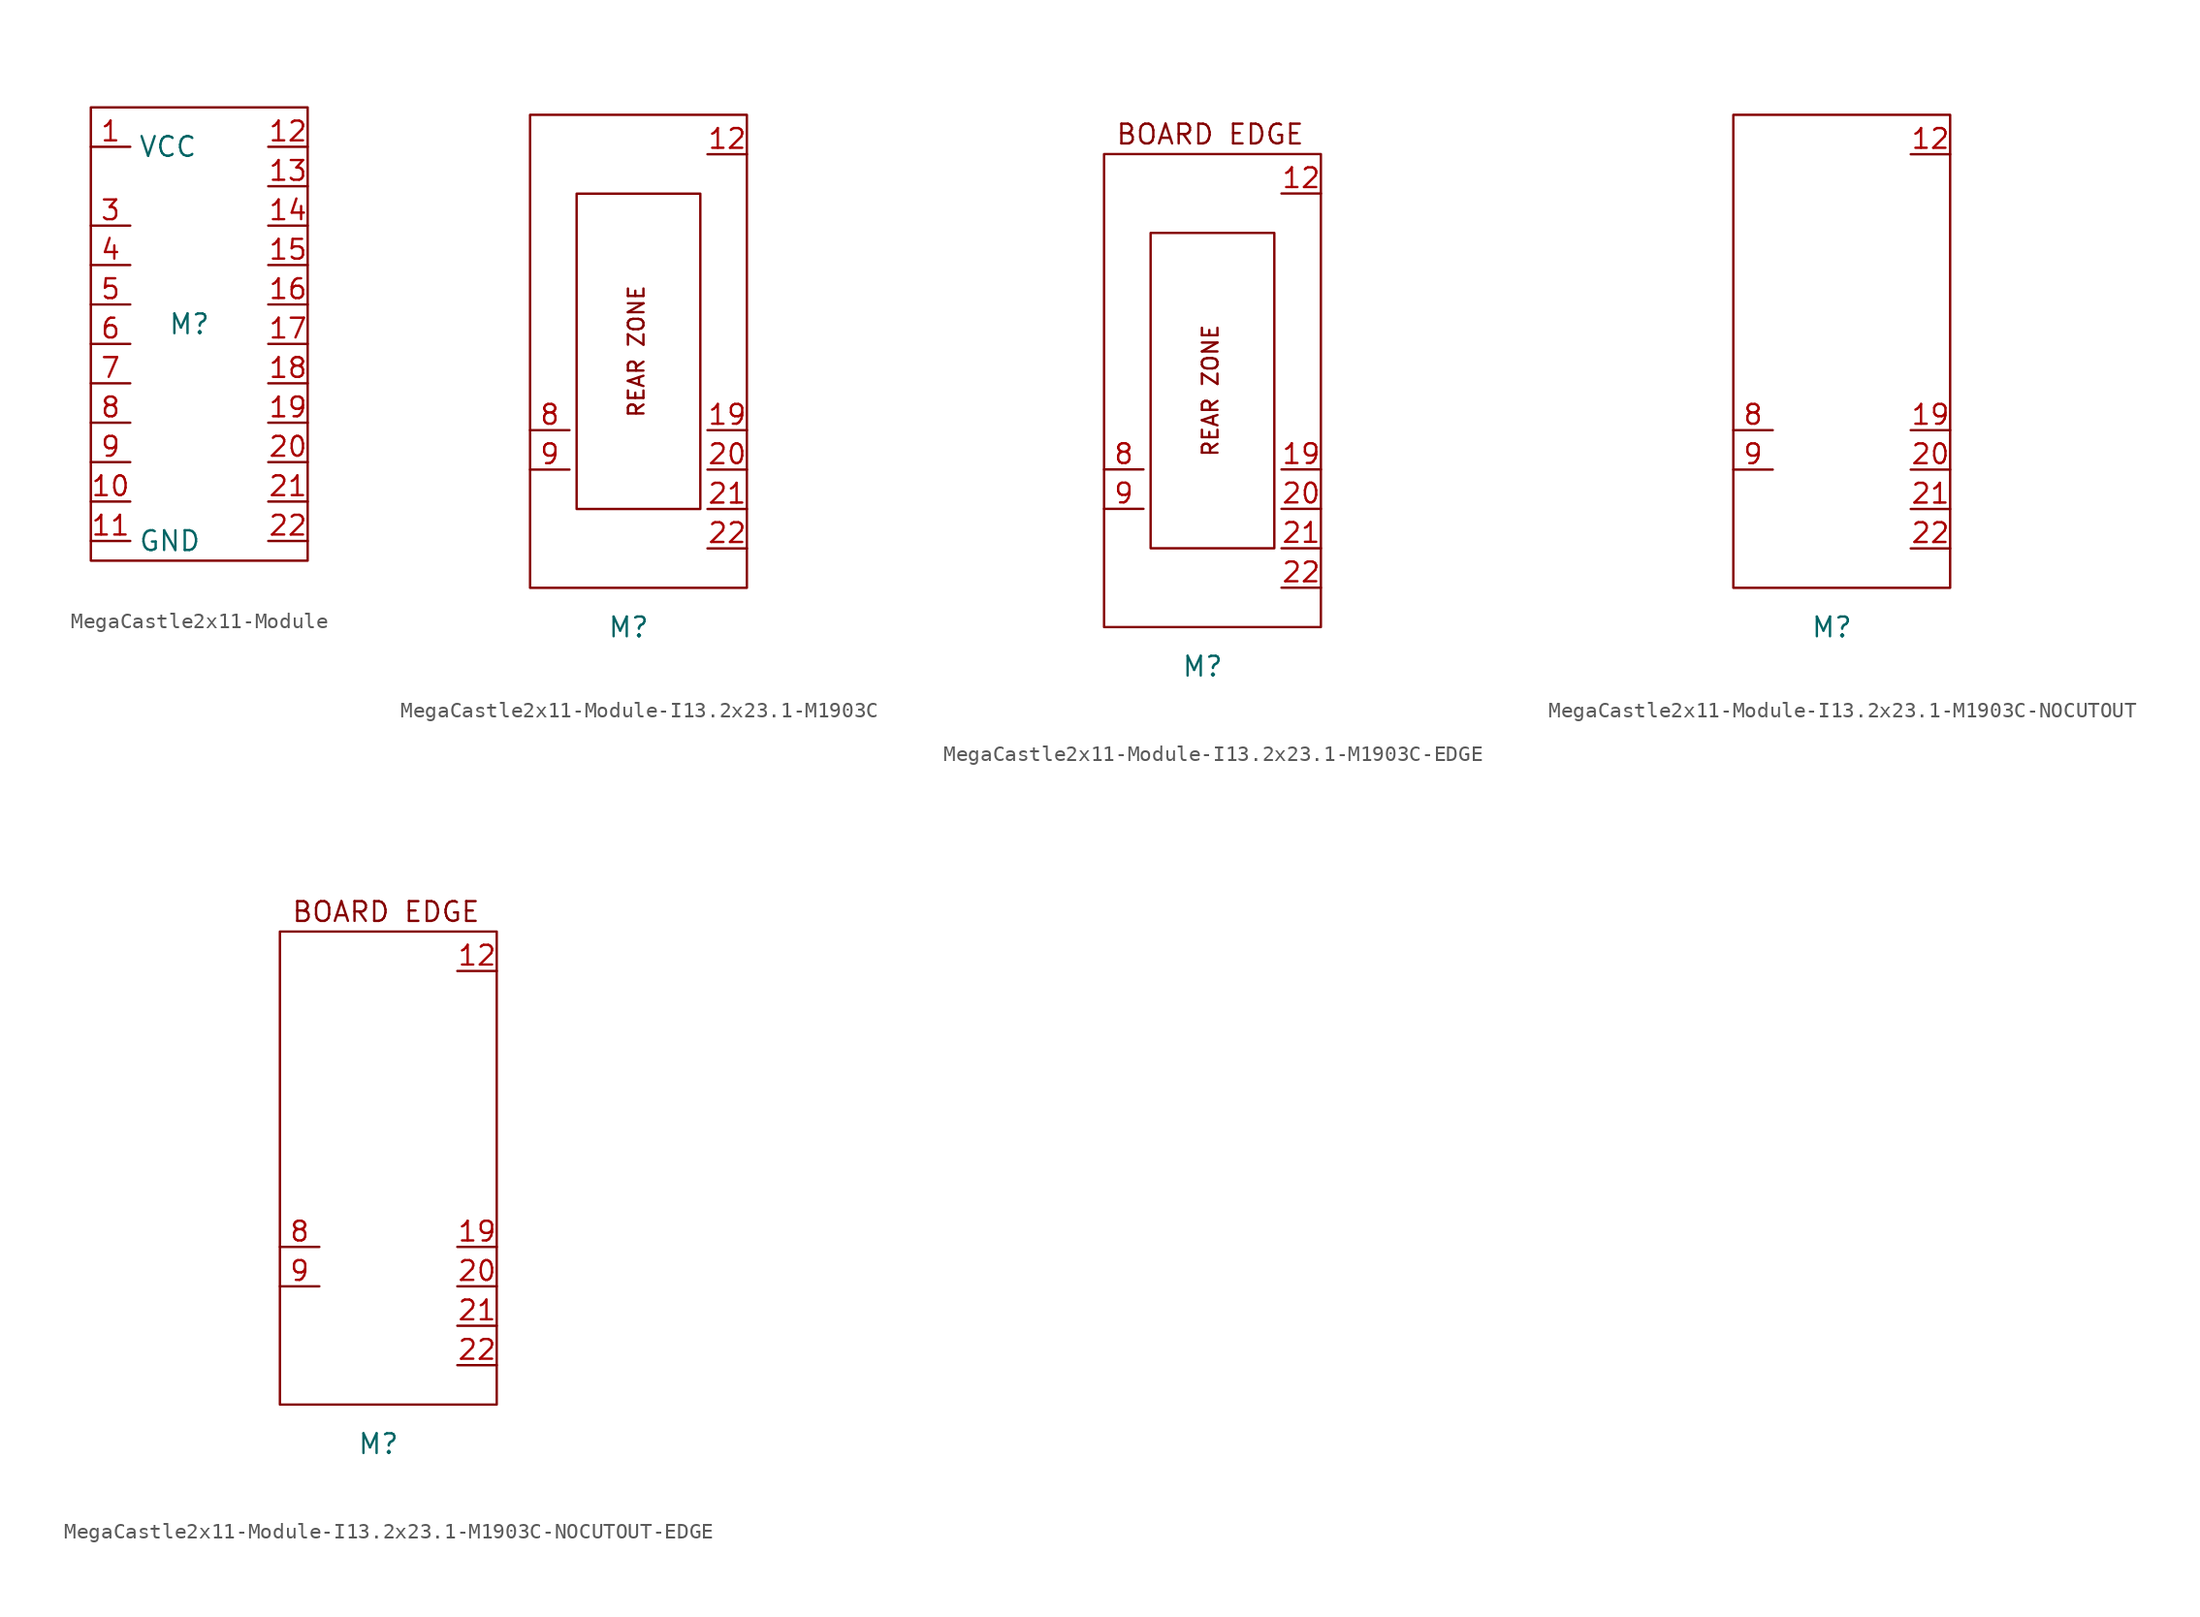
<source format=kicad_sym>
(kicad_symbol_lib
  (version 20241209)
  (generator "kicad_symbol_editor")
  (generator_version "9.0")
  (symbol "MegaCastle2x11-Module"
    (property "Reference" "M"
      (at 0 0 0)
      (effects (font (size 1.27 1.27))))
    (property "Value" ""
      (at 0 5.08 0)
      (effects (font (size 1.27 1.27))))
    (symbol "MegaCastle2x11-Module_0_1"
      (rectangle (start -6.35 13.97) (end 7.62 -15.24) (stroke (width 0) (type default)) (fill (type none))))
    (symbol "MegaCastle2x11-Module_1_1"
      (pin bidirectional line (at -6.35 11.43 0) (length 2.54) (name "VCC" (effects (font (size 1.27 1.27)))) (number "1" (effects (font (size 1.27 1.27)))))
      (pin bidirectional line (at -6.35 6.35 0) (length 2.54) (name "" (effects (font (size 1.27 1.27)))) (number "3" (effects (font (size 1.27 1.27)))))
      (pin bidirectional line (at -6.35 3.81 0) (length 2.54) (name "" (effects (font (size 1.27 1.27)))) (number "4" (effects (font (size 1.27 1.27)))))
      (pin bidirectional line (at -6.35 1.27 0) (length 2.54) (name "" (effects (font (size 1.27 1.27)))) (number "5" (effects (font (size 1.27 1.27)))))
      (pin bidirectional line (at -6.35 -1.27 0) (length 2.54) (name "" (effects (font (size 1.27 1.27)))) (number "6" (effects (font (size 1.27 1.27)))))
      (pin bidirectional line (at -6.35 -3.81 0) (length 2.54) (name "" (effects (font (size 1.27 1.27)))) (number "7" (effects (font (size 1.27 1.27)))))
      (pin bidirectional line (at -6.35 -6.35 0) (length 2.54) (name "" (effects (font (size 1.27 1.27)))) (number "8" (effects (font (size 1.27 1.27)))))
      (pin bidirectional line (at -6.35 -8.89 0) (length 2.54) (name "" (effects (font (size 1.27 1.27)))) (number "9" (effects (font (size 1.27 1.27)))))
      (pin bidirectional line (at -6.35 -11.43 0) (length 2.54) (name "" (effects (font (size 1.27 1.27)))) (number "10" (effects (font (size 1.27 1.27)))))
      (pin bidirectional line (at -6.35 -13.97 0) (length 2.54) (name "GND" (effects (font (size 1.27 1.27)))) (number "11" (effects (font (size 1.27 1.27)))))
      (pin bidirectional line (at 7.62 11.43 180) (length 2.54) (name "" (effects (font (size 1.27 1.27)))) (number "12" (effects (font (size 1.27 1.27)))))
      (pin bidirectional line (at 7.62 8.89 180) (length 2.54) (name "" (effects (font (size 1.27 1.27)))) (number "13" (effects (font (size 1.27 1.27)))))
      (pin bidirectional line (at 7.62 6.35 180) (length 2.54) (name "" (effects (font (size 1.27 1.27)))) (number "14" (effects (font (size 1.27 1.27)))))
      (pin bidirectional line (at 7.62 3.81 180) (length 2.54) (name "" (effects (font (size 1.27 1.27)))) (number "15" (effects (font (size 1.27 1.27)))))
      (pin bidirectional line (at 7.62 1.27 180) (length 2.54) (name "" (effects (font (size 1.27 1.27)))) (number "16" (effects (font (size 1.27 1.27)))))
      (pin bidirectional line (at 7.62 -1.27 180) (length 2.54) (name "" (effects (font (size 1.27 1.27)))) (number "17" (effects (font (size 1.27 1.27)))))
      (pin bidirectional line (at 7.62 -3.81 180) (length 2.54) (name "" (effects (font (size 1.27 1.27)))) (number "18" (effects (font (size 1.27 1.27)))))
      (pin bidirectional line (at 7.62 -6.35 180) (length 2.54) (name "" (effects (font (size 1.27 1.27)))) (number "19" (effects (font (size 1.27 1.27)))))
      (pin bidirectional line (at 7.62 -8.89 180) (length 2.54) (name "" (effects (font (size 1.27 1.27)))) (number "20" (effects (font (size 1.27 1.27)))))
      (pin bidirectional line (at 7.62 -11.43 180) (length 2.54) (name "" (effects (font (size 1.27 1.27)))) (number "21" (effects (font (size 1.27 1.27)))))
      (pin bidirectional line (at 7.62 -13.97 180) (length 2.54) (name "" (effects (font (size 1.27 1.27)))) (number "22" (effects (font (size 1.27 1.27)))))))
  (symbol "MegaCastle2x11-Module-I13.2x23.1-M1903C"
    (property "Reference" "M"
      (at 0 -17.78 0)
      (effects (font (size 1.27 1.27))))
    (property "Value" ""
      (at 0 5.08 0)
      (effects (font (size 1.27 1.27))))
    (symbol "MegaCastle2x11-Module-I13.2x23.1-M1903C_0_1"
      (rectangle (start -6.35 15.24) (end 7.62 -15.24) (stroke (width 0) (type default)) (fill (type none)))
      (rectangle (start -3.35 10.16) (end 4.62 -10.16) (stroke (width 0) (type default)) (fill (type none))))
    (symbol "MegaCastle2x11-Module-I13.2x23.1-M1903C_1_1"
      (text "REAR ZONE" (at 0.5 0 900) (effects (font (size 1 1))))
      (pin bidirectional line (at -6.35 -5.08 0) (length 2.54) (name "" (effects (font (size 1.27 1.27)))) (number "8" (effects (font (size 1.27 1.27)))))
      (pin bidirectional line (at -6.35 -7.62 0) (length 2.54) (name "" (effects (font (size 1.27 1.27)))) (number "9" (effects (font (size 1.27 1.27)))))
      (pin bidirectional line (at 7.62 12.7 180) (length 2.54) (name "" (effects (font (size 1.27 1.27)))) (number "12" (effects (font (size 1.27 1.27)))))
      (pin bidirectional line (at 7.62 -5.08 180) (length 2.54) (name "" (effects (font (size 1.27 1.27)))) (number "19" (effects (font (size 1.27 1.27)))))
      (pin bidirectional line (at 7.62 -7.62 180) (length 2.54) (name "" (effects (font (size 1.27 1.27)))) (number "20" (effects (font (size 1.27 1.27)))))
      (pin bidirectional line (at 7.62 -10.16 180) (length 2.54) (name "" (effects (font (size 1.27 1.27)))) (number "21" (effects (font (size 1.27 1.27)))))
      (pin bidirectional line (at 7.62 -12.7 180) (length 2.54) (name "" (effects (font (size 1.27 1.27)))) (number "22" (effects (font (size 1.27 1.27)))))))
  (symbol "MegaCastle2x11-Module-I13.2x23.1-M1903C-EDGE"
    (property "Reference" "M"
      (at 0 -17.78 0)
      (effects (font (size 1.27 1.27))))
    (property "Value" ""
      (at 0 5.08 0)
      (effects (font (size 1.27 1.27))))
    (symbol "MegaCastle2x11-Module-I13.2x23.1-M1903C-EDGE_0_1"
      (rectangle (start -6.35 15.24) (end 7.62 -15.24) (stroke (width 0) (type default)) (fill (type none)))
      (rectangle (start -3.35 10.16) (end 4.62 -10.16) (stroke (width 0) (type default)) (fill (type none))))
    (symbol "MegaCastle2x11-Module-I13.2x23.1-M1903C-EDGE_1_1"
      (text " BOARD EDGE" (at 0 16.51 0) (effects (font (size 1.27 1.27))))
      (text "REAR ZONE" (at 0.5 0 900) (effects (font (size 1 1))))
      (pin bidirectional line (at -6.35 -5.08 0) (length 2.54) (name "" (effects (font (size 1.27 1.27)))) (number "8" (effects (font (size 1.27 1.27)))))
      (pin bidirectional line (at -6.35 -7.62 0) (length 2.54) (name "" (effects (font (size 1.27 1.27)))) (number "9" (effects (font (size 1.27 1.27)))))
      (pin bidirectional line (at 7.62 12.7 180) (length 2.54) (name "" (effects (font (size 1.27 1.27)))) (number "12" (effects (font (size 1.27 1.27)))))
      (pin bidirectional line (at 7.62 -5.08 180) (length 2.54) (name "" (effects (font (size 1.27 1.27)))) (number "19" (effects (font (size 1.27 1.27)))))
      (pin bidirectional line (at 7.62 -7.62 180) (length 2.54) (name "" (effects (font (size 1.27 1.27)))) (number "20" (effects (font (size 1.27 1.27)))))
      (pin bidirectional line (at 7.62 -10.16 180) (length 2.54) (name "" (effects (font (size 1.27 1.27)))) (number "21" (effects (font (size 1.27 1.27)))))
      (pin bidirectional line (at 7.62 -12.7 180) (length 2.54) (name "" (effects (font (size 1.27 1.27)))) (number "22" (effects (font (size 1.27 1.27)))))))
  (symbol "MegaCastle2x11-Module-I13.2x23.1-M1903C-NOCUTOUT"
    (property "Reference" "M"
      (at 0 -17.78 0)
      (effects (font (size 1.27 1.27))))
    (property "Value" ""
      (at 0 5.08 0)
      (effects (font (size 1.27 1.27))))
    (symbol "MegaCastle2x11-Module-I13.2x23.1-M1903C-NOCUTOUT_0_1"
      (rectangle (start -6.35 15.24) (end 7.62 -15.24) (stroke (width 0) (type default)) (fill (type none))))
    (symbol "MegaCastle2x11-Module-I13.2x23.1-M1903C-NOCUTOUT_1_1"
      (pin bidirectional line (at -6.35 -5.08 0) (length 2.54) (name "" (effects (font (size 1.27 1.27)))) (number "8" (effects (font (size 1.27 1.27)))))
      (pin bidirectional line (at -6.35 -7.62 0) (length 2.54) (name "" (effects (font (size 1.27 1.27)))) (number "9" (effects (font (size 1.27 1.27)))))
      (pin bidirectional line (at 7.62 12.7 180) (length 2.54) (name "" (effects (font (size 1.27 1.27)))) (number "12" (effects (font (size 1.27 1.27)))))
      (pin bidirectional line (at 7.62 -5.08 180) (length 2.54) (name "" (effects (font (size 1.27 1.27)))) (number "19" (effects (font (size 1.27 1.27)))))
      (pin bidirectional line (at 7.62 -7.62 180) (length 2.54) (name "" (effects (font (size 1.27 1.27)))) (number "20" (effects (font (size 1.27 1.27)))))
      (pin bidirectional line (at 7.62 -10.16 180) (length 2.54) (name "" (effects (font (size 1.27 1.27)))) (number "21" (effects (font (size 1.27 1.27)))))
      (pin bidirectional line (at 7.62 -12.7 180) (length 2.54) (name "" (effects (font (size 1.27 1.27)))) (number "22" (effects (font (size 1.27 1.27)))))))
  (symbol "MegaCastle2x11-Module-I13.2x23.1-M1903C-NOCUTOUT-EDGE"
    (property "Reference" "M"
      (at 0 -17.78 0)
      (effects (font (size 1.27 1.27))))
    (property "Value" ""
      (at 0 5.08 0)
      (effects (font (size 1.27 1.27))))
    (symbol "MegaCastle2x11-Module-I13.2x23.1-M1903C-NOCUTOUT-EDGE_0_1"
      (rectangle (start -6.35 15.24) (end 7.62 -15.24) (stroke (width 0) (type default)) (fill (type none))))
    (symbol "MegaCastle2x11-Module-I13.2x23.1-M1903C-NOCUTOUT-EDGE_1_1"
      (text " BOARD EDGE" (at 0 16.51 0) (effects (font (size 1.27 1.27))))
      (pin bidirectional line (at -6.35 -5.08 0) (length 2.54) (name "" (effects (font (size 1.27 1.27)))) (number "8" (effects (font (size 1.27 1.27)))))
      (pin bidirectional line (at -6.35 -7.62 0) (length 2.54) (name "" (effects (font (size 1.27 1.27)))) (number "9" (effects (font (size 1.27 1.27)))))
      (pin bidirectional line (at 7.62 12.7 180) (length 2.54) (name "" (effects (font (size 1.27 1.27)))) (number "12" (effects (font (size 1.27 1.27)))))
      (pin bidirectional line (at 7.62 -5.08 180) (length 2.54) (name "" (effects (font (size 1.27 1.27)))) (number "19" (effects (font (size 1.27 1.27)))))
      (pin bidirectional line (at 7.62 -7.62 180) (length 2.54) (name "" (effects (font (size 1.27 1.27)))) (number "20" (effects (font (size 1.27 1.27)))))
      (pin bidirectional line (at 7.62 -10.16 180) (length 2.54) (name "" (effects (font (size 1.27 1.27)))) (number "21" (effects (font (size 1.27 1.27)))))
      (pin bidirectional line (at 7.62 -12.7 180) (length 2.54) (name "" (effects (font (size 1.27 1.27)))) (number "22" (effects (font (size 1.27 1.27))))))))
</source>
